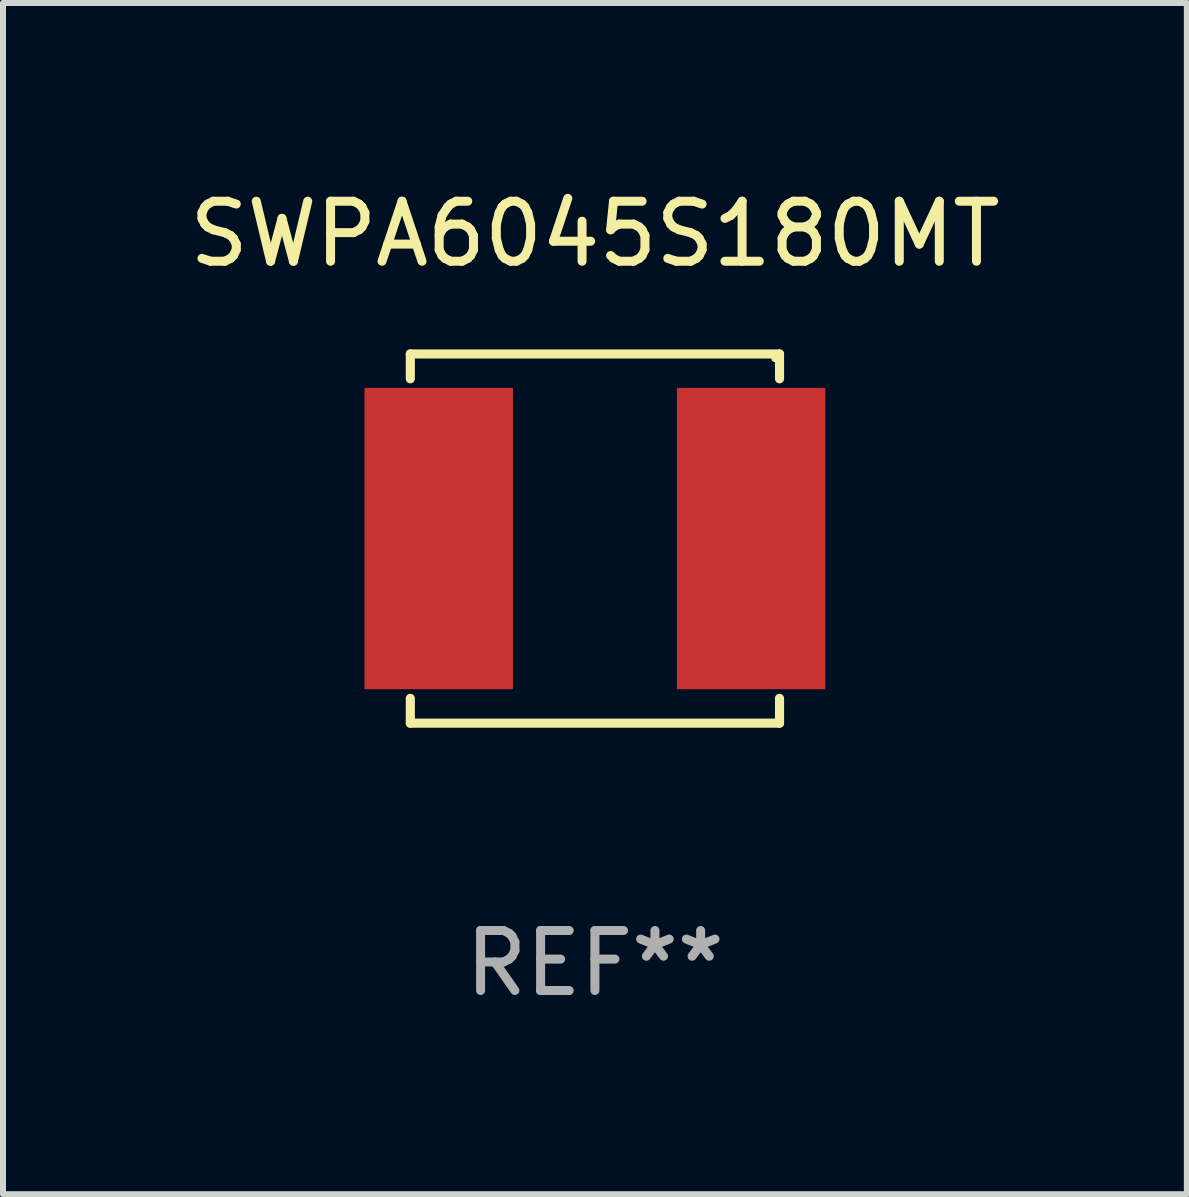
<source format=kicad_pcb>
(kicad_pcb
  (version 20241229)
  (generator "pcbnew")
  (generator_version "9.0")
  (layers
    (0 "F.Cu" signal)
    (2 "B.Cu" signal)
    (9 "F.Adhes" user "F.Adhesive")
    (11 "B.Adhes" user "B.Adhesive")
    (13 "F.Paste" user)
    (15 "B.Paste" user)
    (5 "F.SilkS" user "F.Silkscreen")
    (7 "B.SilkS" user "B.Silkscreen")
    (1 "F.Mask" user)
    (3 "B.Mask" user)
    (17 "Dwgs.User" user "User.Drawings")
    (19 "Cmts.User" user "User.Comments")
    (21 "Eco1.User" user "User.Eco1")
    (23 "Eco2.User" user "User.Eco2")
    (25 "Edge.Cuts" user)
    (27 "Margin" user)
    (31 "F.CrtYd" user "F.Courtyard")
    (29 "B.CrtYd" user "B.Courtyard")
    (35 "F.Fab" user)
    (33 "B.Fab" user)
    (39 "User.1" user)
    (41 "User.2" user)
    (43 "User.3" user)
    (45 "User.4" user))
  (footprint "SWPA6045S180MT"
    (layer "F.Cu")
    (at 6.863 5.924)
    (property "Reference" "SWPA6045S180MT" (at 0 -5.076 0) (layer "F.SilkS") (effects (font (size 1 1) (thickness 0.15))))
    (attr through_hole)
    (fp_line (start -3.076 -3.076) (end 3.076 -3.076) (stroke (width 0.152) (type solid)) (layer "F.SilkS"))
    (fp_line (start -3.076 -2.662) (end -3.076 -3.076) (stroke (width 0.152) (type solid)) (layer "F.SilkS"))
    (fp_line (start -3.076 2.662) (end -3.076 3.076) (stroke (width 0.152) (type solid)) (layer "F.SilkS"))
    (fp_line (start -3.076 3.076) (end 3.076 3.076) (stroke (width 0.152) (type solid)) (layer "F.SilkS"))
    (fp_line (start 3.076 -3.076) (end 3.076 -2.662) (stroke (width 0.152) (type solid)) (layer "F.SilkS"))
    (fp_line (start 3.076 3.076) (end 3.076 2.662) (stroke (width 0.152) (type solid)) (layer "F.SilkS"))
    (fp_circle (center 3 -3) (end 3.03 -3) (stroke (width 0.06) (type solid)) (fill no) (layer "F.SilkS"))
    (fp_text user "REF**" (at 0 7.076 0) (layer "F.Fab") (effects (font (size 1 1) (thickness 0.15))))
    (pad "1" smd rect (at 2.603 0) (size 2.474 5.02) (layers "F.Cu" "F.Mask" "F.Paste"))
    (pad "2" smd rect (at -2.603 0) (size 2.474 5.02) (layers "F.Cu" "F.Mask" "F.Paste")))
  (gr_rect
    (start -3 -3)
    (end 16.726 16.849)
    (stroke (width 0.1) (type default))
    (fill no)
    (layer "Edge.Cuts")))
</source>
